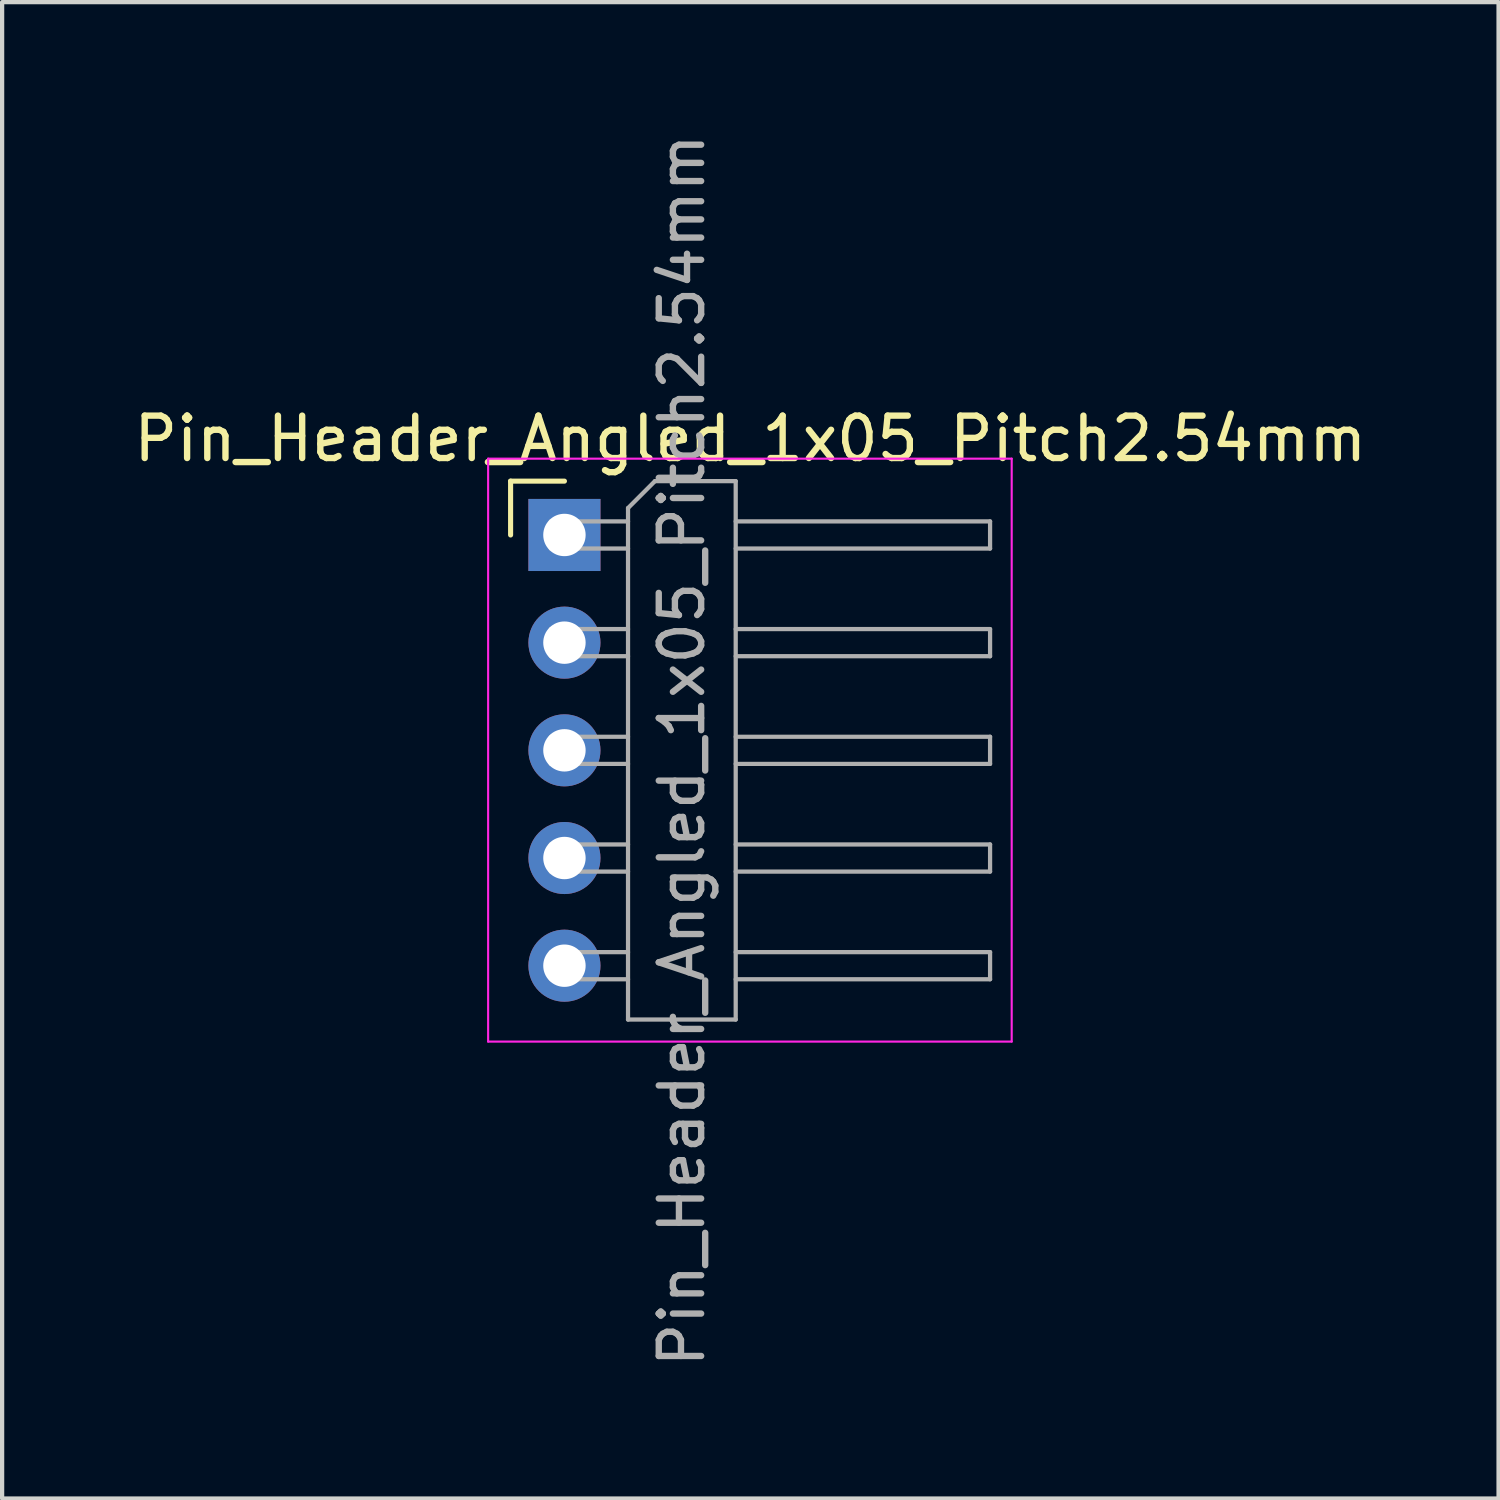
<source format=kicad_pcb>
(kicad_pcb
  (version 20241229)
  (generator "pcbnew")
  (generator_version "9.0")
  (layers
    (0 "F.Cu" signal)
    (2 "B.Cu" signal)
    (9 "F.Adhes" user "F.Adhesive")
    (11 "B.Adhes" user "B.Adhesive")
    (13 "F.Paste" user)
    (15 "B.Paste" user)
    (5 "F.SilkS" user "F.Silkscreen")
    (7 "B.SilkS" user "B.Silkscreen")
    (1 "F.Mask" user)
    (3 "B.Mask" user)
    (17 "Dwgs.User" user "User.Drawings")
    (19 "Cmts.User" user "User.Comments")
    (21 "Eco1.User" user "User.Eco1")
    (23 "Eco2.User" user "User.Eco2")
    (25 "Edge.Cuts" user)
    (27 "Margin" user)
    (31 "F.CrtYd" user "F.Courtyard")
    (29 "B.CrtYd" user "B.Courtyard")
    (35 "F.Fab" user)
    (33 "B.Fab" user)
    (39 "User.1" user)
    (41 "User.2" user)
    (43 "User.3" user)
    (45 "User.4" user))
  (footprint "Pin_Header_Angled_1x05_Pitch2.54mm"
    (layer "F.Cu")
    (at 10.264 9.569)
    (property "Reference" "Pin_Header_Angled_1x05_Pitch2.54mm" (at 4.385 -2.27 0) (layer "F.SilkS") (effects (font (size 1 1) (thickness 0.15))))
    (attr through_hole)
    (fp_line (start -1.27 -1.27) (end 0 -1.27) (stroke (width 0.12) (type solid)) (layer "F.SilkS"))
    (fp_line (start -1.27 0) (end -1.27 -1.27) (stroke (width 0.12) (type solid)) (layer "F.SilkS"))
    (fp_line (start -1.8 -1.8) (end -1.8 11.95) (stroke (width 0.05) (type solid)) (layer "F.CrtYd"))
    (fp_line (start -1.8 11.95) (end 10.55 11.95) (stroke (width 0.05) (type solid)) (layer "F.CrtYd"))
    (fp_line (start 10.55 -1.8) (end -1.8 -1.8) (stroke (width 0.05) (type solid)) (layer "F.CrtYd"))
    (fp_line (start 10.55 11.95) (end 10.55 -1.8) (stroke (width 0.05) (type solid)) (layer "F.CrtYd"))
    (fp_line (start -0.32 -0.32) (end -0.32 0.32) (stroke (width 0.1) (type solid)) (layer "F.Fab"))
    (fp_line (start -0.32 -0.32) (end 1.5 -0.32) (stroke (width 0.1) (type solid)) (layer "F.Fab"))
    (fp_line (start -0.32 0.32) (end 1.5 0.32) (stroke (width 0.1) (type solid)) (layer "F.Fab"))
    (fp_line (start -0.32 2.22) (end -0.32 2.86) (stroke (width 0.1) (type solid)) (layer "F.Fab"))
    (fp_line (start -0.32 2.22) (end 1.5 2.22) (stroke (width 0.1) (type solid)) (layer "F.Fab"))
    (fp_line (start -0.32 2.86) (end 1.5 2.86) (stroke (width 0.1) (type solid)) (layer "F.Fab"))
    (fp_line (start -0.32 4.76) (end -0.32 5.4) (stroke (width 0.1) (type solid)) (layer "F.Fab"))
    (fp_line (start -0.32 4.76) (end 1.5 4.76) (stroke (width 0.1) (type solid)) (layer "F.Fab"))
    (fp_line (start -0.32 5.4) (end 1.5 5.4) (stroke (width 0.1) (type solid)) (layer "F.Fab"))
    (fp_line (start -0.32 7.3) (end -0.32 7.94) (stroke (width 0.1) (type solid)) (layer "F.Fab"))
    (fp_line (start -0.32 7.3) (end 1.5 7.3) (stroke (width 0.1) (type solid)) (layer "F.Fab"))
    (fp_line (start -0.32 7.94) (end 1.5 7.94) (stroke (width 0.1) (type solid)) (layer "F.Fab"))
    (fp_line (start -0.32 9.84) (end -0.32 10.48) (stroke (width 0.1) (type solid)) (layer "F.Fab"))
    (fp_line (start -0.32 9.84) (end 1.5 9.84) (stroke (width 0.1) (type solid)) (layer "F.Fab"))
    (fp_line (start -0.32 10.48) (end 1.5 10.48) (stroke (width 0.1) (type solid)) (layer "F.Fab"))
    (fp_line (start 1.5 -0.635) (end 2.135 -1.27) (stroke (width 0.1) (type solid)) (layer "F.Fab"))
    (fp_line (start 1.5 11.43) (end 1.5 -0.635) (stroke (width 0.1) (type solid)) (layer "F.Fab"))
    (fp_line (start 2.135 -1.27) (end 4.04 -1.27) (stroke (width 0.1) (type solid)) (layer "F.Fab"))
    (fp_line (start 4.04 -1.27) (end 4.04 11.43) (stroke (width 0.1) (type solid)) (layer "F.Fab"))
    (fp_line (start 4.04 -0.32) (end 10.04 -0.32) (stroke (width 0.1) (type solid)) (layer "F.Fab"))
    (fp_line (start 4.04 0.32) (end 10.04 0.32) (stroke (width 0.1) (type solid)) (layer "F.Fab"))
    (fp_line (start 4.04 2.22) (end 10.04 2.22) (stroke (width 0.1) (type solid)) (layer "F.Fab"))
    (fp_line (start 4.04 2.86) (end 10.04 2.86) (stroke (width 0.1) (type solid)) (layer "F.Fab"))
    (fp_line (start 4.04 4.76) (end 10.04 4.76) (stroke (width 0.1) (type solid)) (layer "F.Fab"))
    (fp_line (start 4.04 5.4) (end 10.04 5.4) (stroke (width 0.1) (type solid)) (layer "F.Fab"))
    (fp_line (start 4.04 7.3) (end 10.04 7.3) (stroke (width 0.1) (type solid)) (layer "F.Fab"))
    (fp_line (start 4.04 7.94) (end 10.04 7.94) (stroke (width 0.1) (type solid)) (layer "F.Fab"))
    (fp_line (start 4.04 9.84) (end 10.04 9.84) (stroke (width 0.1) (type solid)) (layer "F.Fab"))
    (fp_line (start 4.04 10.48) (end 10.04 10.48) (stroke (width 0.1) (type solid)) (layer "F.Fab"))
    (fp_line (start 4.04 11.43) (end 1.5 11.43) (stroke (width 0.1) (type solid)) (layer "F.Fab"))
    (fp_line (start 10.04 -0.32) (end 10.04 0.32) (stroke (width 0.1) (type solid)) (layer "F.Fab"))
    (fp_line (start 10.04 2.22) (end 10.04 2.86) (stroke (width 0.1) (type solid)) (layer "F.Fab"))
    (fp_line (start 10.04 4.76) (end 10.04 5.4) (stroke (width 0.1) (type solid)) (layer "F.Fab"))
    (fp_line (start 10.04 7.3) (end 10.04 7.94) (stroke (width 0.1) (type solid)) (layer "F.Fab"))
    (fp_line (start 10.04 9.84) (end 10.04 10.48) (stroke (width 0.1) (type solid)) (layer "F.Fab"))
    (fp_text user "${REFERENCE}" (at 2.77 5.08 90) (layer "F.Fab") (effects (font (size 1 1) (thickness 0.15))))
    (pad "1" thru_hole rect (at 0 0) (size 1.7 1.7) (drill 1) (layers "*.Cu" "*.Mask"))
    (pad "2" thru_hole oval (at 0 2.54) (size 1.7 1.7) (drill 1) (layers "*.Cu" "*.Mask"))
    (pad "3" thru_hole oval (at 0 5.08) (size 1.7 1.7) (drill 1) (layers "*.Cu" "*.Mask"))
    (pad "4" thru_hole oval (at 0 7.62) (size 1.7 1.7) (drill 1) (layers "*.Cu" "*.Mask"))
    (pad "5" thru_hole oval (at 0 10.16) (size 1.7 1.7) (drill 1) (layers "*.Cu" "*.Mask")))
  (gr_rect
    (start -3 -3)
    (end 32.298 32.298)
    (stroke (width 0.1) (type default))
    (fill no)
    (layer "Edge.Cuts")))
</source>
